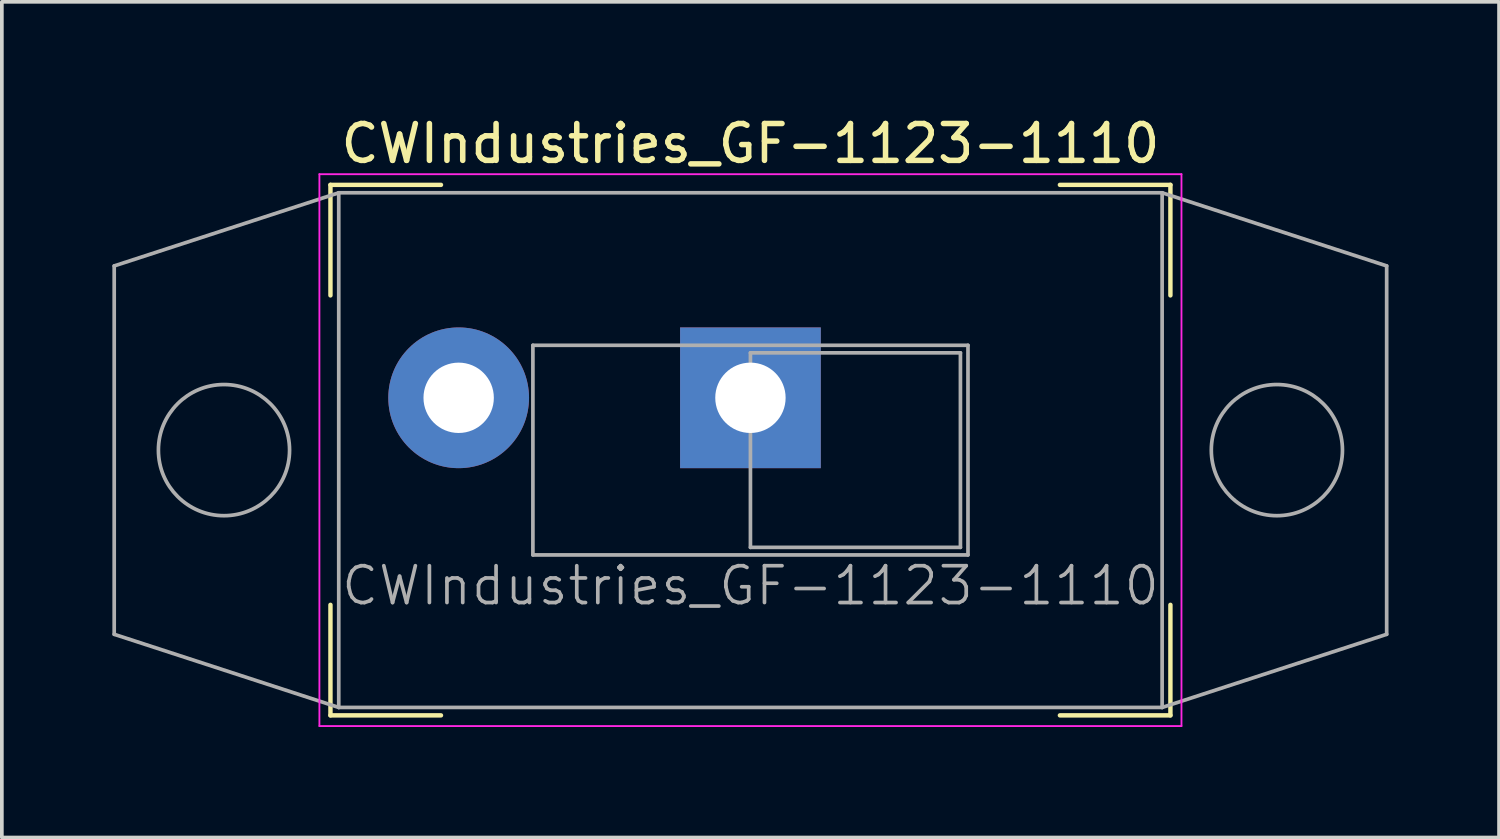
<source format=kicad_pcb>
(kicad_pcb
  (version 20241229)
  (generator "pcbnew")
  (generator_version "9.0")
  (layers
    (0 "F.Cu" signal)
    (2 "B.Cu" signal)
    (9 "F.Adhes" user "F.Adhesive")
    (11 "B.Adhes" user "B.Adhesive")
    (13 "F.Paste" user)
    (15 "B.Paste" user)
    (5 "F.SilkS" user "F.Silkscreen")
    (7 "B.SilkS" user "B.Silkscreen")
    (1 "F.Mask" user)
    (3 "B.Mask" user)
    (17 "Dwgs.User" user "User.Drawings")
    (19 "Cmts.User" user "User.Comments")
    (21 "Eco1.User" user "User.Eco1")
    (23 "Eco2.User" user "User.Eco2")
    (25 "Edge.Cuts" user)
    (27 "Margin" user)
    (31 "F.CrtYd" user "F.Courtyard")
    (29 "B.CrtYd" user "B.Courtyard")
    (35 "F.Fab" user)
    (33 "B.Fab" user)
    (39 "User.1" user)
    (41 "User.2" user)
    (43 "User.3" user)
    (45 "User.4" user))
  (footprint "CWIndustries_GF-1123-1110"
    (layer "F.Cu")
    (at 17.32 7.748)
    (property "Reference" "CWIndustries_GF-1123-1110" (at 0 -6.9 0) (layer "F.SilkS") (effects (font (size 1 1) (thickness 0.15))))
    (attr through_hole)
    (fp_line (start -11.4 -5.78) (end -11.4 -2.78) (stroke (width 0.12) (type solid)) (layer "F.SilkS"))
    (fp_line (start -11.4 5.62) (end -11.4 8.62) (stroke (width 0.12) (type solid)) (layer "F.SilkS"))
    (fp_line (start -11.4 8.62) (end -8.4 8.62) (stroke (width 0.12) (type solid)) (layer "F.SilkS"))
    (fp_line (start -8.4 -5.78) (end -11.4 -5.78) (stroke (width 0.12) (type solid)) (layer "F.SilkS"))
    (fp_line (start 8.4 -5.78) (end 11.4 -5.78) (stroke (width 0.12) (type solid)) (layer "F.SilkS"))
    (fp_line (start 8.4 8.62) (end 11.4 8.62) (stroke (width 0.12) (type solid)) (layer "F.SilkS"))
    (fp_line (start 11.4 -5.78) (end 11.4 -2.78) (stroke (width 0.12) (type solid)) (layer "F.SilkS"))
    (fp_line (start 11.4 8.62) (end 11.4 5.62) (stroke (width 0.12) (type solid)) (layer "F.SilkS"))
    (fp_line (start -11.7 -6.07) (end -11.7 8.91) (stroke (width 0.05) (type solid)) (layer "F.CrtYd"))
    (fp_line (start -11.7 8.91) (end 11.7 8.91) (stroke (width 0.05) (type solid)) (layer "F.CrtYd"))
    (fp_line (start 11.7 -6.07) (end -11.7 -6.07) (stroke (width 0.05) (type solid)) (layer "F.CrtYd"))
    (fp_line (start 11.7 8.91) (end 11.7 -6.07) (stroke (width 0.05) (type solid)) (layer "F.CrtYd"))
    (fp_line (start -17.27 -3.58) (end -17.27 6.42) (stroke (width 0.1) (type solid)) (layer "F.Fab"))
    (fp_line (start -17.27 6.42) (end -11.175 8.405) (stroke (width 0.1) (type solid)) (layer "F.Fab"))
    (fp_line (start -11.175 -5.565) (end -17.27 -3.58) (stroke (width 0.1) (type solid)) (layer "F.Fab"))
    (fp_line (start -11.175 -5.565) (end -11.175 8.405) (stroke (width 0.1) (type solid)) (layer "F.Fab"))
    (fp_line (start -11.175 8.405) (end 11.175 8.405) (stroke (width 0.1) (type solid)) (layer "F.Fab"))
    (fp_line (start -5.905 -1.425) (end -5.905 4.265) (stroke (width 0.1) (type solid)) (layer "F.Fab"))
    (fp_line (start -5.905 4.265) (end 5.905 4.265) (stroke (width 0.1) (type solid)) (layer "F.Fab"))
    (fp_line (start 0 -1.22) (end 5.7 -1.22) (stroke (width 0.1) (type solid)) (layer "F.Fab"))
    (fp_line (start 0 4.06) (end 0 -1.22) (stroke (width 0.1) (type solid)) (layer "F.Fab"))
    (fp_line (start 5.7 -1.22) (end 5.7 4.06) (stroke (width 0.1) (type solid)) (layer "F.Fab"))
    (fp_line (start 5.7 4.06) (end 0 4.06) (stroke (width 0.1) (type solid)) (layer "F.Fab"))
    (fp_line (start 5.905 -1.425) (end -5.905 -1.425) (stroke (width 0.1) (type solid)) (layer "F.Fab"))
    (fp_line (start 5.905 4.265) (end 5.905 -1.425) (stroke (width 0.1) (type solid)) (layer "F.Fab"))
    (fp_line (start 11.175 -5.565) (end -11.175 -5.565) (stroke (width 0.1) (type solid)) (layer "F.Fab"))
    (fp_line (start 11.175 8.405) (end 11.175 -5.565) (stroke (width 0.1) (type solid)) (layer "F.Fab"))
    (fp_line (start 17.27 -3.58) (end 11.175 -5.565) (stroke (width 0.1) (type solid)) (layer "F.Fab"))
    (fp_line (start 17.27 -3.58) (end 17.27 6.42) (stroke (width 0.1) (type solid)) (layer "F.Fab"))
    (fp_line (start 17.27 6.42) (end 11.175 8.405) (stroke (width 0.1) (type solid)) (layer "F.Fab"))
    (fp_circle (center -14.29 1.42) (end -12.51 1.42) (stroke (width 0.1) (type solid)) (fill no) (layer "F.Fab"))
    (fp_circle (center 14.29 1.42) (end 12.51 1.42) (stroke (width 0.1) (type solid)) (fill no) (layer "F.Fab"))
    (fp_text user "${REFERENCE}" (at 0 5.1 0) (layer "F.Fab") (effects (font (size 1 1) (thickness 0.1))))
    (pad "1" thru_hole rect (at 0 0) (size 3.82 3.82) (drill 1.91) (layers "*.Cu" "*.Mask"))
    (pad "2" thru_hole circle (at -7.92 0) (size 3.82 3.82) (drill 1.91) (layers "*.Cu" "*.Mask")))
  (gr_rect
    (start -3 -3)
    (end 37.64 19.683)
    (stroke (width 0.1) (type default))
    (fill no)
    (layer "Edge.Cuts")))
</source>
